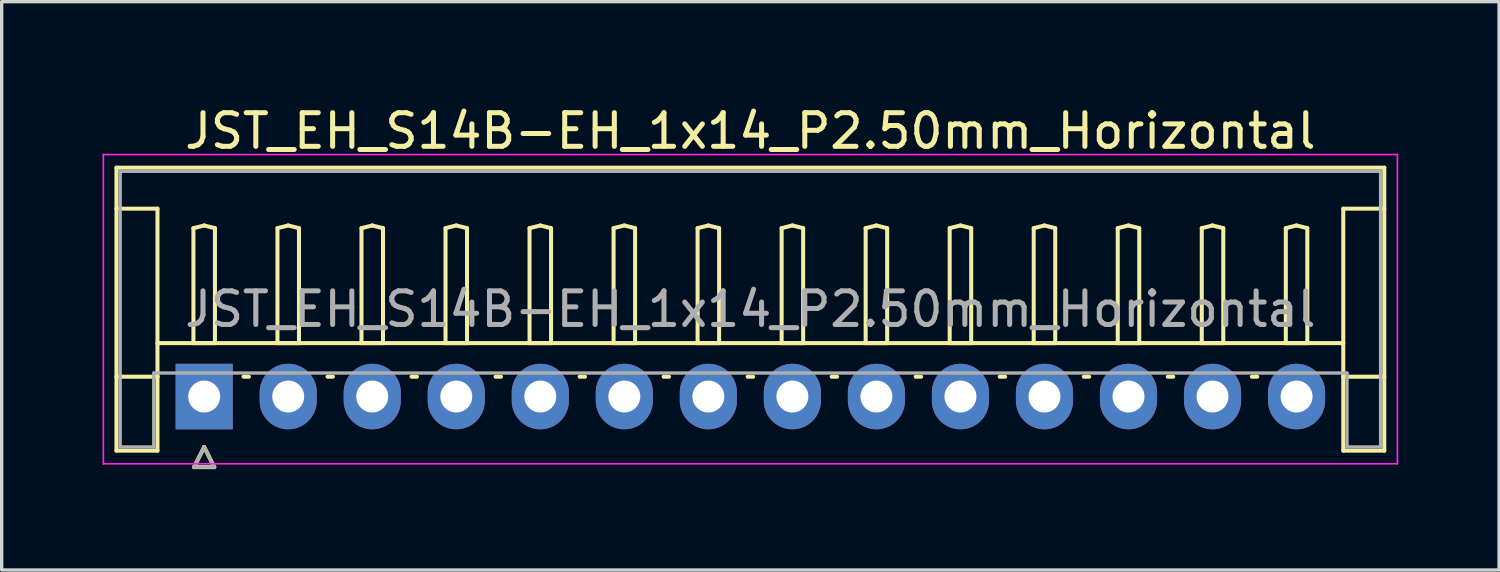
<source format=kicad_pcb>
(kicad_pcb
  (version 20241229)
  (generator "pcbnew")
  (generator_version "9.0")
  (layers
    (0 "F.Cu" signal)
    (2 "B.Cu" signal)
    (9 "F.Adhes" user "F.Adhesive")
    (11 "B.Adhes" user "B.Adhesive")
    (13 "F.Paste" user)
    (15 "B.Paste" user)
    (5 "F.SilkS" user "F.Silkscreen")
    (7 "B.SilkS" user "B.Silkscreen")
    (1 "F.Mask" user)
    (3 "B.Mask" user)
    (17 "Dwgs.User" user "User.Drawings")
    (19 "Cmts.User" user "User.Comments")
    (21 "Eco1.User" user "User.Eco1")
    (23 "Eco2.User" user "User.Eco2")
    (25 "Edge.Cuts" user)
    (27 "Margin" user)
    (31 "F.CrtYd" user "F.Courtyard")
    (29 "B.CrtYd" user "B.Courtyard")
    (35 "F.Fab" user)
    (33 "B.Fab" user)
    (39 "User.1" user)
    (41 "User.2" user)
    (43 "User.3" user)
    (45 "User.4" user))
  (footprint "JST_EH_S14B-EH_1x14_P2.50mm_Horizontal"
    (layer "F.Cu")
    (at 3.025 8.748)
    (property "Reference" "JST_EH_S14B-EH_1x14_P2.50mm_Horizontal" (at 16.25 -7.9 0) (layer "F.SilkS") (effects (font (size 1 1) (thickness 0.15))))
    (attr through_hole)
    (fp_line (start -2.61 -6.81) (end 35.11 -6.81) (stroke (width 0.12) (type solid)) (layer "F.SilkS"))
    (fp_line (start -2.61 -5.59) (end -1.39 -5.59) (stroke (width 0.12) (type solid)) (layer "F.SilkS"))
    (fp_line (start -2.61 1.61) (end -2.61 -6.81) (stroke (width 0.12) (type solid)) (layer "F.SilkS"))
    (fp_line (start -1.39 -5.59) (end -1.39 -0.59) (stroke (width 0.12) (type solid)) (layer "F.SilkS"))
    (fp_line (start -1.39 -1.59) (end 33.89 -1.59) (stroke (width 0.12) (type solid)) (layer "F.SilkS"))
    (fp_line (start -1.39 -0.59) (end -2.61 -0.59) (stroke (width 0.12) (type solid)) (layer "F.SilkS"))
    (fp_line (start -1.39 -0.59) (end -1.39 1.61) (stroke (width 0.12) (type solid)) (layer "F.SilkS"))
    (fp_line (start -1.39 1.61) (end -2.61 1.61) (stroke (width 0.12) (type solid)) (layer "F.SilkS"))
    (fp_line (start -0.32 -5.01) (end 0 -5.09) (stroke (width 0.12) (type solid)) (layer "F.SilkS"))
    (fp_line (start -0.32 -1.59) (end -0.32 -5.01) (stroke (width 0.12) (type solid)) (layer "F.SilkS"))
    (fp_line (start -0.3 2.1) (end 0.3 2.1) (stroke (width 0.12) (type solid)) (layer "F.SilkS"))
    (fp_line (start 0 -5.09) (end 0.32 -5.01) (stroke (width 0.12) (type solid)) (layer "F.SilkS"))
    (fp_line (start 0 -1.59) (end -0.32 -1.59) (stroke (width 0.12) (type solid)) (layer "F.SilkS"))
    (fp_line (start 0 1.5) (end -0.3 2.1) (stroke (width 0.12) (type solid)) (layer "F.SilkS"))
    (fp_line (start 0.3 2.1) (end 0 1.5) (stroke (width 0.12) (type solid)) (layer "F.SilkS"))
    (fp_line (start 0.32 -5.01) (end 0.32 -1.59) (stroke (width 0.12) (type solid)) (layer "F.SilkS"))
    (fp_line (start 0.32 -1.59) (end 0 -1.59) (stroke (width 0.12) (type solid)) (layer "F.SilkS"))
    (fp_line (start 1.17 -0.59) (end 1.33 -0.59) (stroke (width 0.12) (type solid)) (layer "F.SilkS"))
    (fp_line (start 2.18 -5.01) (end 2.5 -5.09) (stroke (width 0.12) (type solid)) (layer "F.SilkS"))
    (fp_line (start 2.18 -1.59) (end 2.18 -5.01) (stroke (width 0.12) (type solid)) (layer "F.SilkS"))
    (fp_line (start 2.5 -5.09) (end 2.82 -5.01) (stroke (width 0.12) (type solid)) (layer "F.SilkS"))
    (fp_line (start 2.5 -1.59) (end 2.18 -1.59) (stroke (width 0.12) (type solid)) (layer "F.SilkS"))
    (fp_line (start 2.82 -5.01) (end 2.82 -1.59) (stroke (width 0.12) (type solid)) (layer "F.SilkS"))
    (fp_line (start 2.82 -1.59) (end 2.5 -1.59) (stroke (width 0.12) (type solid)) (layer "F.SilkS"))
    (fp_line (start 3.67 -0.59) (end 3.83 -0.59) (stroke (width 0.12) (type solid)) (layer "F.SilkS"))
    (fp_line (start 4.68 -5.01) (end 5 -5.09) (stroke (width 0.12) (type solid)) (layer "F.SilkS"))
    (fp_line (start 4.68 -1.59) (end 4.68 -5.01) (stroke (width 0.12) (type solid)) (layer "F.SilkS"))
    (fp_line (start 5 -5.09) (end 5.32 -5.01) (stroke (width 0.12) (type solid)) (layer "F.SilkS"))
    (fp_line (start 5 -1.59) (end 4.68 -1.59) (stroke (width 0.12) (type solid)) (layer "F.SilkS"))
    (fp_line (start 5.32 -5.01) (end 5.32 -1.59) (stroke (width 0.12) (type solid)) (layer "F.SilkS"))
    (fp_line (start 5.32 -1.59) (end 5 -1.59) (stroke (width 0.12) (type solid)) (layer "F.SilkS"))
    (fp_line (start 6.17 -0.59) (end 6.33 -0.59) (stroke (width 0.12) (type solid)) (layer "F.SilkS"))
    (fp_line (start 7.18 -5.01) (end 7.5 -5.09) (stroke (width 0.12) (type solid)) (layer "F.SilkS"))
    (fp_line (start 7.18 -1.59) (end 7.18 -5.01) (stroke (width 0.12) (type solid)) (layer "F.SilkS"))
    (fp_line (start 7.5 -5.09) (end 7.82 -5.01) (stroke (width 0.12) (type solid)) (layer "F.SilkS"))
    (fp_line (start 7.5 -1.59) (end 7.18 -1.59) (stroke (width 0.12) (type solid)) (layer "F.SilkS"))
    (fp_line (start 7.82 -5.01) (end 7.82 -1.59) (stroke (width 0.12) (type solid)) (layer "F.SilkS"))
    (fp_line (start 7.82 -1.59) (end 7.5 -1.59) (stroke (width 0.12) (type solid)) (layer "F.SilkS"))
    (fp_line (start 8.67 -0.59) (end 8.83 -0.59) (stroke (width 0.12) (type solid)) (layer "F.SilkS"))
    (fp_line (start 9.68 -5.01) (end 10 -5.09) (stroke (width 0.12) (type solid)) (layer "F.SilkS"))
    (fp_line (start 9.68 -1.59) (end 9.68 -5.01) (stroke (width 0.12) (type solid)) (layer "F.SilkS"))
    (fp_line (start 10 -5.09) (end 10.32 -5.01) (stroke (width 0.12) (type solid)) (layer "F.SilkS"))
    (fp_line (start 10 -1.59) (end 9.68 -1.59) (stroke (width 0.12) (type solid)) (layer "F.SilkS"))
    (fp_line (start 10.32 -5.01) (end 10.32 -1.59) (stroke (width 0.12) (type solid)) (layer "F.SilkS"))
    (fp_line (start 10.32 -1.59) (end 10 -1.59) (stroke (width 0.12) (type solid)) (layer "F.SilkS"))
    (fp_line (start 11.17 -0.59) (end 11.33 -0.59) (stroke (width 0.12) (type solid)) (layer "F.SilkS"))
    (fp_line (start 12.18 -5.01) (end 12.5 -5.09) (stroke (width 0.12) (type solid)) (layer "F.SilkS"))
    (fp_line (start 12.18 -1.59) (end 12.18 -5.01) (stroke (width 0.12) (type solid)) (layer "F.SilkS"))
    (fp_line (start 12.5 -5.09) (end 12.82 -5.01) (stroke (width 0.12) (type solid)) (layer "F.SilkS"))
    (fp_line (start 12.5 -1.59) (end 12.18 -1.59) (stroke (width 0.12) (type solid)) (layer "F.SilkS"))
    (fp_line (start 12.82 -5.01) (end 12.82 -1.59) (stroke (width 0.12) (type solid)) (layer "F.SilkS"))
    (fp_line (start 12.82 -1.59) (end 12.5 -1.59) (stroke (width 0.12) (type solid)) (layer "F.SilkS"))
    (fp_line (start 13.67 -0.59) (end 13.83 -0.59) (stroke (width 0.12) (type solid)) (layer "F.SilkS"))
    (fp_line (start 14.68 -5.01) (end 15 -5.09) (stroke (width 0.12) (type solid)) (layer "F.SilkS"))
    (fp_line (start 14.68 -1.59) (end 14.68 -5.01) (stroke (width 0.12) (type solid)) (layer "F.SilkS"))
    (fp_line (start 15 -5.09) (end 15.32 -5.01) (stroke (width 0.12) (type solid)) (layer "F.SilkS"))
    (fp_line (start 15 -1.59) (end 14.68 -1.59) (stroke (width 0.12) (type solid)) (layer "F.SilkS"))
    (fp_line (start 15.32 -5.01) (end 15.32 -1.59) (stroke (width 0.12) (type solid)) (layer "F.SilkS"))
    (fp_line (start 15.32 -1.59) (end 15 -1.59) (stroke (width 0.12) (type solid)) (layer "F.SilkS"))
    (fp_line (start 16.17 -0.59) (end 16.33 -0.59) (stroke (width 0.12) (type solid)) (layer "F.SilkS"))
    (fp_line (start 17.18 -5.01) (end 17.5 -5.09) (stroke (width 0.12) (type solid)) (layer "F.SilkS"))
    (fp_line (start 17.18 -1.59) (end 17.18 -5.01) (stroke (width 0.12) (type solid)) (layer "F.SilkS"))
    (fp_line (start 17.5 -5.09) (end 17.82 -5.01) (stroke (width 0.12) (type solid)) (layer "F.SilkS"))
    (fp_line (start 17.5 -1.59) (end 17.18 -1.59) (stroke (width 0.12) (type solid)) (layer "F.SilkS"))
    (fp_line (start 17.82 -5.01) (end 17.82 -1.59) (stroke (width 0.12) (type solid)) (layer "F.SilkS"))
    (fp_line (start 17.82 -1.59) (end 17.5 -1.59) (stroke (width 0.12) (type solid)) (layer "F.SilkS"))
    (fp_line (start 18.67 -0.59) (end 18.83 -0.59) (stroke (width 0.12) (type solid)) (layer "F.SilkS"))
    (fp_line (start 19.68 -5.01) (end 20 -5.09) (stroke (width 0.12) (type solid)) (layer "F.SilkS"))
    (fp_line (start 19.68 -1.59) (end 19.68 -5.01) (stroke (width 0.12) (type solid)) (layer "F.SilkS"))
    (fp_line (start 20 -5.09) (end 20.32 -5.01) (stroke (width 0.12) (type solid)) (layer "F.SilkS"))
    (fp_line (start 20 -1.59) (end 19.68 -1.59) (stroke (width 0.12) (type solid)) (layer "F.SilkS"))
    (fp_line (start 20.32 -5.01) (end 20.32 -1.59) (stroke (width 0.12) (type solid)) (layer "F.SilkS"))
    (fp_line (start 20.32 -1.59) (end 20 -1.59) (stroke (width 0.12) (type solid)) (layer "F.SilkS"))
    (fp_line (start 21.17 -0.59) (end 21.33 -0.59) (stroke (width 0.12) (type solid)) (layer "F.SilkS"))
    (fp_line (start 22.18 -5.01) (end 22.5 -5.09) (stroke (width 0.12) (type solid)) (layer "F.SilkS"))
    (fp_line (start 22.18 -1.59) (end 22.18 -5.01) (stroke (width 0.12) (type solid)) (layer "F.SilkS"))
    (fp_line (start 22.5 -5.09) (end 22.82 -5.01) (stroke (width 0.12) (type solid)) (layer "F.SilkS"))
    (fp_line (start 22.5 -1.59) (end 22.18 -1.59) (stroke (width 0.12) (type solid)) (layer "F.SilkS"))
    (fp_line (start 22.82 -5.01) (end 22.82 -1.59) (stroke (width 0.12) (type solid)) (layer "F.SilkS"))
    (fp_line (start 22.82 -1.59) (end 22.5 -1.59) (stroke (width 0.12) (type solid)) (layer "F.SilkS"))
    (fp_line (start 23.67 -0.59) (end 23.83 -0.59) (stroke (width 0.12) (type solid)) (layer "F.SilkS"))
    (fp_line (start 24.68 -5.01) (end 25 -5.09) (stroke (width 0.12) (type solid)) (layer "F.SilkS"))
    (fp_line (start 24.68 -1.59) (end 24.68 -5.01) (stroke (width 0.12) (type solid)) (layer "F.SilkS"))
    (fp_line (start 25 -5.09) (end 25.32 -5.01) (stroke (width 0.12) (type solid)) (layer "F.SilkS"))
    (fp_line (start 25 -1.59) (end 24.68 -1.59) (stroke (width 0.12) (type solid)) (layer "F.SilkS"))
    (fp_line (start 25.32 -5.01) (end 25.32 -1.59) (stroke (width 0.12) (type solid)) (layer "F.SilkS"))
    (fp_line (start 25.32 -1.59) (end 25 -1.59) (stroke (width 0.12) (type solid)) (layer "F.SilkS"))
    (fp_line (start 26.17 -0.59) (end 26.33 -0.59) (stroke (width 0.12) (type solid)) (layer "F.SilkS"))
    (fp_line (start 27.18 -5.01) (end 27.5 -5.09) (stroke (width 0.12) (type solid)) (layer "F.SilkS"))
    (fp_line (start 27.18 -1.59) (end 27.18 -5.01) (stroke (width 0.12) (type solid)) (layer "F.SilkS"))
    (fp_line (start 27.5 -5.09) (end 27.82 -5.01) (stroke (width 0.12) (type solid)) (layer "F.SilkS"))
    (fp_line (start 27.5 -1.59) (end 27.18 -1.59) (stroke (width 0.12) (type solid)) (layer "F.SilkS"))
    (fp_line (start 27.82 -5.01) (end 27.82 -1.59) (stroke (width 0.12) (type solid)) (layer "F.SilkS"))
    (fp_line (start 27.82 -1.59) (end 27.5 -1.59) (stroke (width 0.12) (type solid)) (layer "F.SilkS"))
    (fp_line (start 28.67 -0.59) (end 28.83 -0.59) (stroke (width 0.12) (type solid)) (layer "F.SilkS"))
    (fp_line (start 29.68 -5.01) (end 30 -5.09) (stroke (width 0.12) (type solid)) (layer "F.SilkS"))
    (fp_line (start 29.68 -1.59) (end 29.68 -5.01) (stroke (width 0.12) (type solid)) (layer "F.SilkS"))
    (fp_line (start 30 -5.09) (end 30.32 -5.01) (stroke (width 0.12) (type solid)) (layer "F.SilkS"))
    (fp_line (start 30 -1.59) (end 29.68 -1.59) (stroke (width 0.12) (type solid)) (layer "F.SilkS"))
    (fp_line (start 30.32 -5.01) (end 30.32 -1.59) (stroke (width 0.12) (type solid)) (layer "F.SilkS"))
    (fp_line (start 30.32 -1.59) (end 30 -1.59) (stroke (width 0.12) (type solid)) (layer "F.SilkS"))
    (fp_line (start 31.17 -0.59) (end 31.33 -0.59) (stroke (width 0.12) (type solid)) (layer "F.SilkS"))
    (fp_line (start 32.18 -5.01) (end 32.5 -5.09) (stroke (width 0.12) (type solid)) (layer "F.SilkS"))
    (fp_line (start 32.18 -1.59) (end 32.18 -5.01) (stroke (width 0.12) (type solid)) (layer "F.SilkS"))
    (fp_line (start 32.5 -5.09) (end 32.82 -5.01) (stroke (width 0.12) (type solid)) (layer "F.SilkS"))
    (fp_line (start 32.5 -1.59) (end 32.18 -1.59) (stroke (width 0.12) (type solid)) (layer "F.SilkS"))
    (fp_line (start 32.82 -5.01) (end 32.82 -1.59) (stroke (width 0.12) (type solid)) (layer "F.SilkS"))
    (fp_line (start 32.82 -1.59) (end 32.5 -1.59) (stroke (width 0.12) (type solid)) (layer "F.SilkS"))
    (fp_line (start 33.89 -5.59) (end 33.89 -0.59) (stroke (width 0.12) (type solid)) (layer "F.SilkS"))
    (fp_line (start 33.89 -0.59) (end 35.11 -0.59) (stroke (width 0.12) (type solid)) (layer "F.SilkS"))
    (fp_line (start 33.89 1.61) (end 33.89 -0.59) (stroke (width 0.12) (type solid)) (layer "F.SilkS"))
    (fp_line (start 35.11 -6.81) (end 35.11 1.61) (stroke (width 0.12) (type solid)) (layer "F.SilkS"))
    (fp_line (start 35.11 -5.59) (end 33.89 -5.59) (stroke (width 0.12) (type solid)) (layer "F.SilkS"))
    (fp_line (start 35.11 1.61) (end 33.89 1.61) (stroke (width 0.12) (type solid)) (layer "F.SilkS"))
    (fp_line (start -3 -7.2) (end -3 2) (stroke (width 0.05) (type solid)) (layer "F.CrtYd"))
    (fp_line (start -3 2) (end 35.5 2) (stroke (width 0.05) (type solid)) (layer "F.CrtYd"))
    (fp_line (start 35.5 -7.2) (end -3 -7.2) (stroke (width 0.05) (type solid)) (layer "F.CrtYd"))
    (fp_line (start 35.5 2) (end 35.5 -7.2) (stroke (width 0.05) (type solid)) (layer "F.CrtYd"))
    (fp_line (start -2.5 -6.7) (end 35 -6.7) (stroke (width 0.1) (type solid)) (layer "F.Fab"))
    (fp_line (start -2.5 1.5) (end -2.5 -6.7) (stroke (width 0.1) (type solid)) (layer "F.Fab"))
    (fp_line (start -1.5 -0.7) (end -1.5 1.5) (stroke (width 0.1) (type solid)) (layer "F.Fab"))
    (fp_line (start -1.5 1.5) (end -2.5 1.5) (stroke (width 0.1) (type solid)) (layer "F.Fab"))
    (fp_line (start -0.3 2.1) (end 0.3 2.1) (stroke (width 0.1) (type solid)) (layer "F.Fab"))
    (fp_line (start 0 1.5) (end -0.3 2.1) (stroke (width 0.1) (type solid)) (layer "F.Fab"))
    (fp_line (start 0.3 2.1) (end 0 1.5) (stroke (width 0.1) (type solid)) (layer "F.Fab"))
    (fp_line (start 34 -0.7) (end -1.5 -0.7) (stroke (width 0.1) (type solid)) (layer "F.Fab"))
    (fp_line (start 34 1.5) (end 34 -0.7) (stroke (width 0.1) (type solid)) (layer "F.Fab"))
    (fp_line (start 35 -6.7) (end 35 1.5) (stroke (width 0.1) (type solid)) (layer "F.Fab"))
    (fp_line (start 35 1.5) (end 34 1.5) (stroke (width 0.1) (type solid)) (layer "F.Fab"))
    (fp_text user "${REFERENCE}" (at 16.25 -2.6 0) (layer "F.Fab") (effects (font (size 1 1) (thickness 0.15))))
    (pad "1" thru_hole rect (at 0 0) (size 1.7 1.95) (drill 0.95) (layers "*.Cu" "*.Mask"))
    (pad "2" thru_hole oval (at 2.5 0) (size 1.7 1.95) (drill 0.95) (layers "*.Cu" "*.Mask"))
    (pad "3" thru_hole oval (at 5 0) (size 1.7 1.95) (drill 0.95) (layers "*.Cu" "*.Mask"))
    (pad "4" thru_hole oval (at 7.5 0) (size 1.7 1.95) (drill 0.95) (layers "*.Cu" "*.Mask"))
    (pad "5" thru_hole oval (at 10 0) (size 1.7 1.95) (drill 0.95) (layers "*.Cu" "*.Mask"))
    (pad "6" thru_hole oval (at 12.5 0) (size 1.7 1.95) (drill 0.95) (layers "*.Cu" "*.Mask"))
    (pad "7" thru_hole oval (at 15 0) (size 1.7 1.95) (drill 0.95) (layers "*.Cu" "*.Mask"))
    (pad "8" thru_hole oval (at 17.5 0) (size 1.7 1.95) (drill 0.95) (layers "*.Cu" "*.Mask"))
    (pad "9" thru_hole oval (at 20 0) (size 1.7 1.95) (drill 0.95) (layers "*.Cu" "*.Mask"))
    (pad "10" thru_hole oval (at 22.5 0) (size 1.7 1.95) (drill 0.95) (layers "*.Cu" "*.Mask"))
    (pad "11" thru_hole oval (at 25 0) (size 1.7 1.95) (drill 0.95) (layers "*.Cu" "*.Mask"))
    (pad "12" thru_hole oval (at 27.5 0) (size 1.7 1.95) (drill 0.95) (layers "*.Cu" "*.Mask"))
    (pad "13" thru_hole oval (at 30 0) (size 1.7 1.95) (drill 0.95) (layers "*.Cu" "*.Mask"))
    (pad "14" thru_hole oval (at 32.5 0) (size 1.7 1.95) (drill 0.95) (layers "*.Cu" "*.Mask")))
  (gr_rect
    (start -3 -3)
    (end 41.55 13.908)
    (stroke (width 0.1) (type default))
    (fill no)
    (layer "Edge.Cuts")))
</source>
